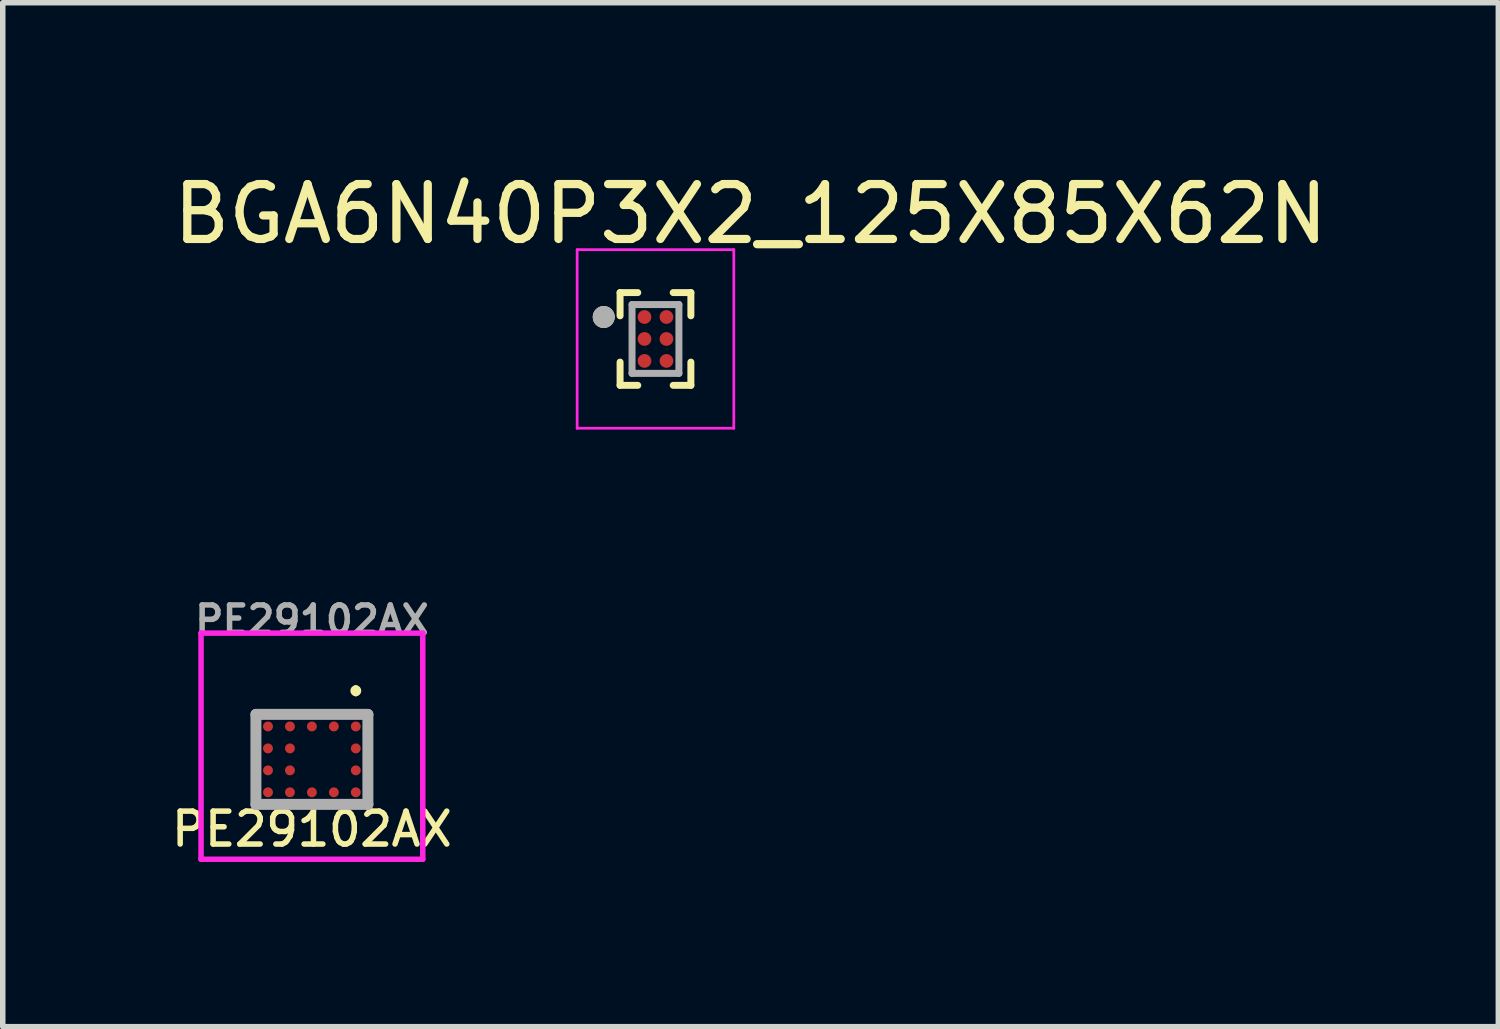
<source format=kicad_pcb>
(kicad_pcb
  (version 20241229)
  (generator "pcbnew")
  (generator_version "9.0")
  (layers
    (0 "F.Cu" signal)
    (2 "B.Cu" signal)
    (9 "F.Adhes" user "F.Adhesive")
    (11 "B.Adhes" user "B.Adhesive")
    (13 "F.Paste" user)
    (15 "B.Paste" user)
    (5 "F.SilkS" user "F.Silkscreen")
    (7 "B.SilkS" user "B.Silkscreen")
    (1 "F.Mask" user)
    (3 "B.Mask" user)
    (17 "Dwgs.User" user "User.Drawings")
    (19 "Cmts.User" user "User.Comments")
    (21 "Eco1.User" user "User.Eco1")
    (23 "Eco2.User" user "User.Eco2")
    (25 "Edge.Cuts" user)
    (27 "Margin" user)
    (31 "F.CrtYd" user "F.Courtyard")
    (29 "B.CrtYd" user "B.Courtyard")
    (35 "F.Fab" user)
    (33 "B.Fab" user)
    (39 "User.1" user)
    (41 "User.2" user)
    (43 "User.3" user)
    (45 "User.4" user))
  (footprint "PE29102AX"
    (layer "F.Cu")
    (at 2.633 10.786)
    (property "Reference" "PE29102AX" (at 0 1.27 0) (layer "F.SilkS") (effects (font (size 0.6 0.6) (thickness 0.1))))
    (attr smd)
    (fp_line (start -1.02 -0.82) (end 1.02 -0.82) (stroke (width 0.1) (type solid)) (layer "F.SilkS"))
    (fp_line (start -1.02 0.8) (end -1.02 -0.82) (stroke (width 0.1) (type solid)) (layer "F.SilkS"))
    (fp_line (start 0.8 -1.3) (end 0.8 -1.3) (stroke (width 0.1) (type solid)) (layer "F.SilkS"))
    (fp_line (start 0.8 -1.2) (end 0.8 -1.2) (stroke (width 0.1) (type solid)) (layer "F.SilkS"))
    (fp_line (start 1.02 -0.82) (end 1.02 0.8) (stroke (width 0.1) (type solid)) (layer "F.SilkS"))
    (fp_line (start 1.02 0.8) (end -1.02 0.8) (stroke (width 0.1) (type solid)) (layer "F.SilkS"))
    (fp_arc (start 0.8 -1.3) (mid 0.85 -1.25) (end 0.8 -1.2) (stroke (width 0.1) (type solid)) (layer "F.SilkS"))
    (fp_arc (start 0.8 -1.2) (mid 0.75 -1.25) (end 0.8 -1.3) (stroke (width 0.1) (type solid)) (layer "F.SilkS"))
    (fp_line (start -2.02 -2.3) (end 2.02 -2.3) (stroke (width 0.1) (type solid)) (layer "F.CrtYd"))
    (fp_line (start -2.02 1.82) (end -2.02 -2.3) (stroke (width 0.1) (type solid)) (layer "F.CrtYd"))
    (fp_line (start 2.02 -2.3) (end 2.02 1.82) (stroke (width 0.1) (type solid)) (layer "F.CrtYd"))
    (fp_line (start 2.02 1.82) (end -2.02 1.82) (stroke (width 0.1) (type solid)) (layer "F.CrtYd"))
    (fp_line (start -1.02 -0.82) (end 1.02 -0.82) (stroke (width 0.2) (type solid)) (layer "F.Fab"))
    (fp_line (start -1.02 0.82) (end -1.02 -0.82) (stroke (width 0.2) (type solid)) (layer "F.Fab"))
    (fp_line (start 1.02 -0.82) (end 1.02 0.82) (stroke (width 0.2) (type solid)) (layer "F.Fab"))
    (fp_line (start 1.02 0.82) (end -1.02 0.82) (stroke (width 0.2) (type solid)) (layer "F.Fab"))
    (fp_text user "${REFERENCE}" (at 0 -2.54 0) (layer "F.Fab") (effects (font (size 0.5 0.5) (thickness 0.1))))
    (pad "1" smd circle (at 0.8 -0.6 90) (size 0.18 0.18) (layers "F.Cu" "F.Mask" "F.Paste"))
    (pad "2" smd circle (at 0.4 -0.6 90) (size 0.18 0.18) (layers "F.Cu" "F.Mask" "F.Paste"))
    (pad "3" smd circle (at 0 -0.6 90) (size 0.18 0.18) (layers "F.Cu" "F.Mask" "F.Paste"))
    (pad "4" smd circle (at -0.4 -0.6 90) (size 0.18 0.18) (layers "F.Cu" "F.Mask" "F.Paste"))
    (pad "5" smd circle (at -0.8 -0.6 90) (size 0.18 0.18) (layers "F.Cu" "F.Mask" "F.Paste"))
    (pad "6" smd circle (at 0.8 -0.2 90) (size 0.18 0.18) (layers "F.Cu" "F.Mask" "F.Paste"))
    (pad "7" smd circle (at -0.4 -0.2 90) (size 0.18 0.18) (layers "F.Cu" "F.Mask" "F.Paste"))
    (pad "8" smd circle (at -0.8 -0.2 90) (size 0.18 0.18) (layers "F.Cu" "F.Mask" "F.Paste"))
    (pad "9" smd circle (at 0.8 0.2 90) (size 0.18 0.18) (layers "F.Cu" "F.Mask" "F.Paste"))
    (pad "10" smd circle (at -0.4 0.2 90) (size 0.18 0.18) (layers "F.Cu" "F.Mask" "F.Paste"))
    (pad "11" smd circle (at -0.8 0.2 90) (size 0.18 0.18) (layers "F.Cu" "F.Mask" "F.Paste"))
    (pad "12" smd circle (at 0.8 0.6 90) (size 0.18 0.18) (layers "F.Cu" "F.Mask" "F.Paste"))
    (pad "13" smd circle (at 0.4 0.6 90) (size 0.18 0.18) (layers "F.Cu" "F.Mask" "F.Paste"))
    (pad "14" smd circle (at 0 0.6 90) (size 0.18 0.18) (layers "F.Cu" "F.Mask" "F.Paste"))
    (pad "15" smd circle (at -0.4 0.6 90) (size 0.18 0.18) (layers "F.Cu" "F.Mask" "F.Paste"))
    (pad "16" smd circle (at -0.8 0.6 90) (size 0.18 0.18) (layers "F.Cu" "F.Mask" "F.Paste")))
  (footprint "BGA6N40P3X2_125X85X62N"
    (layer "F.Cu")
    (at 8.893 3.126)
    (property "Reference" "BGA6N40P3X2_125X85X62N" (at 1.732 -2.277 0) (layer "F.SilkS") (effects (font (size 1 1) (thickness 0.15))))
    (attr through_hole)
    (fp_line (start -0.645 -0.845) (end -0.645 -0.422) (stroke (width 0.127) (type solid)) (layer "F.SilkS"))
    (fp_line (start -0.645 -0.845) (end -0.323 -0.845) (stroke (width 0.127) (type solid)) (layer "F.SilkS"))
    (fp_line (start -0.645 0.845) (end -0.645 0.422) (stroke (width 0.127) (type solid)) (layer "F.SilkS"))
    (fp_line (start -0.645 0.845) (end -0.323 0.845) (stroke (width 0.127) (type solid)) (layer "F.SilkS"))
    (fp_line (start 0.645 -0.845) (end 0.323 -0.845) (stroke (width 0.127) (type solid)) (layer "F.SilkS"))
    (fp_line (start 0.645 -0.845) (end 0.645 -0.422) (stroke (width 0.127) (type solid)) (layer "F.SilkS"))
    (fp_line (start 0.645 0.845) (end 0.323 0.845) (stroke (width 0.127) (type solid)) (layer "F.SilkS"))
    (fp_line (start 0.645 0.845) (end 0.645 0.422) (stroke (width 0.127) (type solid)) (layer "F.SilkS"))
    (fp_circle (center -0.943 -0.4) (end -0.843 -0.4) (stroke (width 0.2) (type solid)) (fill no) (layer "F.SilkS"))
    (fp_line (start -1.427 -1.627) (end 1.427 -1.627) (stroke (width 0.05) (type solid)) (layer "F.CrtYd"))
    (fp_line (start -1.427 1.627) (end -1.427 -1.627) (stroke (width 0.05) (type solid)) (layer "F.CrtYd"))
    (fp_line (start -1.427 1.627) (end 1.427 1.627) (stroke (width 0.05) (type solid)) (layer "F.CrtYd"))
    (fp_line (start 1.427 1.627) (end 1.427 -1.627) (stroke (width 0.05) (type solid)) (layer "F.CrtYd"))
    (fp_line (start -0.427 0.627) (end -0.427 -0.627) (stroke (width 0.127) (type solid)) (layer "F.Fab"))
    (fp_line (start 0.427 -0.627) (end -0.427 -0.627) (stroke (width 0.127) (type solid)) (layer "F.Fab"))
    (fp_line (start 0.427 0.627) (end -0.427 0.627) (stroke (width 0.127) (type solid)) (layer "F.Fab"))
    (fp_line (start 0.427 0.627) (end 0.427 -0.627) (stroke (width 0.127) (type solid)) (layer "F.Fab"))
    (fp_circle (center -0.943 -0.4) (end -0.843 -0.4) (stroke (width 0.2) (type solid)) (fill no) (layer "F.Fab"))
    (pad "A1" smd circle (at -0.2 -0.4) (size 0.25 0.25) (layers "F.Cu" "F.Mask" "F.Paste"))
    (pad "A2" smd circle (at 0.2 -0.4) (size 0.25 0.25) (layers "F.Cu" "F.Mask" "F.Paste"))
    (pad "B1" smd circle (at -0.2 0) (size 0.25 0.25) (layers "F.Cu" "F.Mask" "F.Paste"))
    (pad "B2" smd circle (at 0.2 0) (size 0.25 0.25) (layers "F.Cu" "F.Mask" "F.Paste"))
    (pad "C1" smd circle (at -0.2 0.4) (size 0.25 0.25) (layers "F.Cu" "F.Mask" "F.Paste"))
    (pad "C2" smd circle (at 0.2 0.4) (size 0.25 0.25) (layers "F.Cu" "F.Mask" "F.Paste")))
  (gr_rect
    (start -3 -3)
    (end 24.25 15.656)
    (stroke (width 0.1) (type default))
    (fill no)
    (layer "Edge.Cuts")))
</source>
